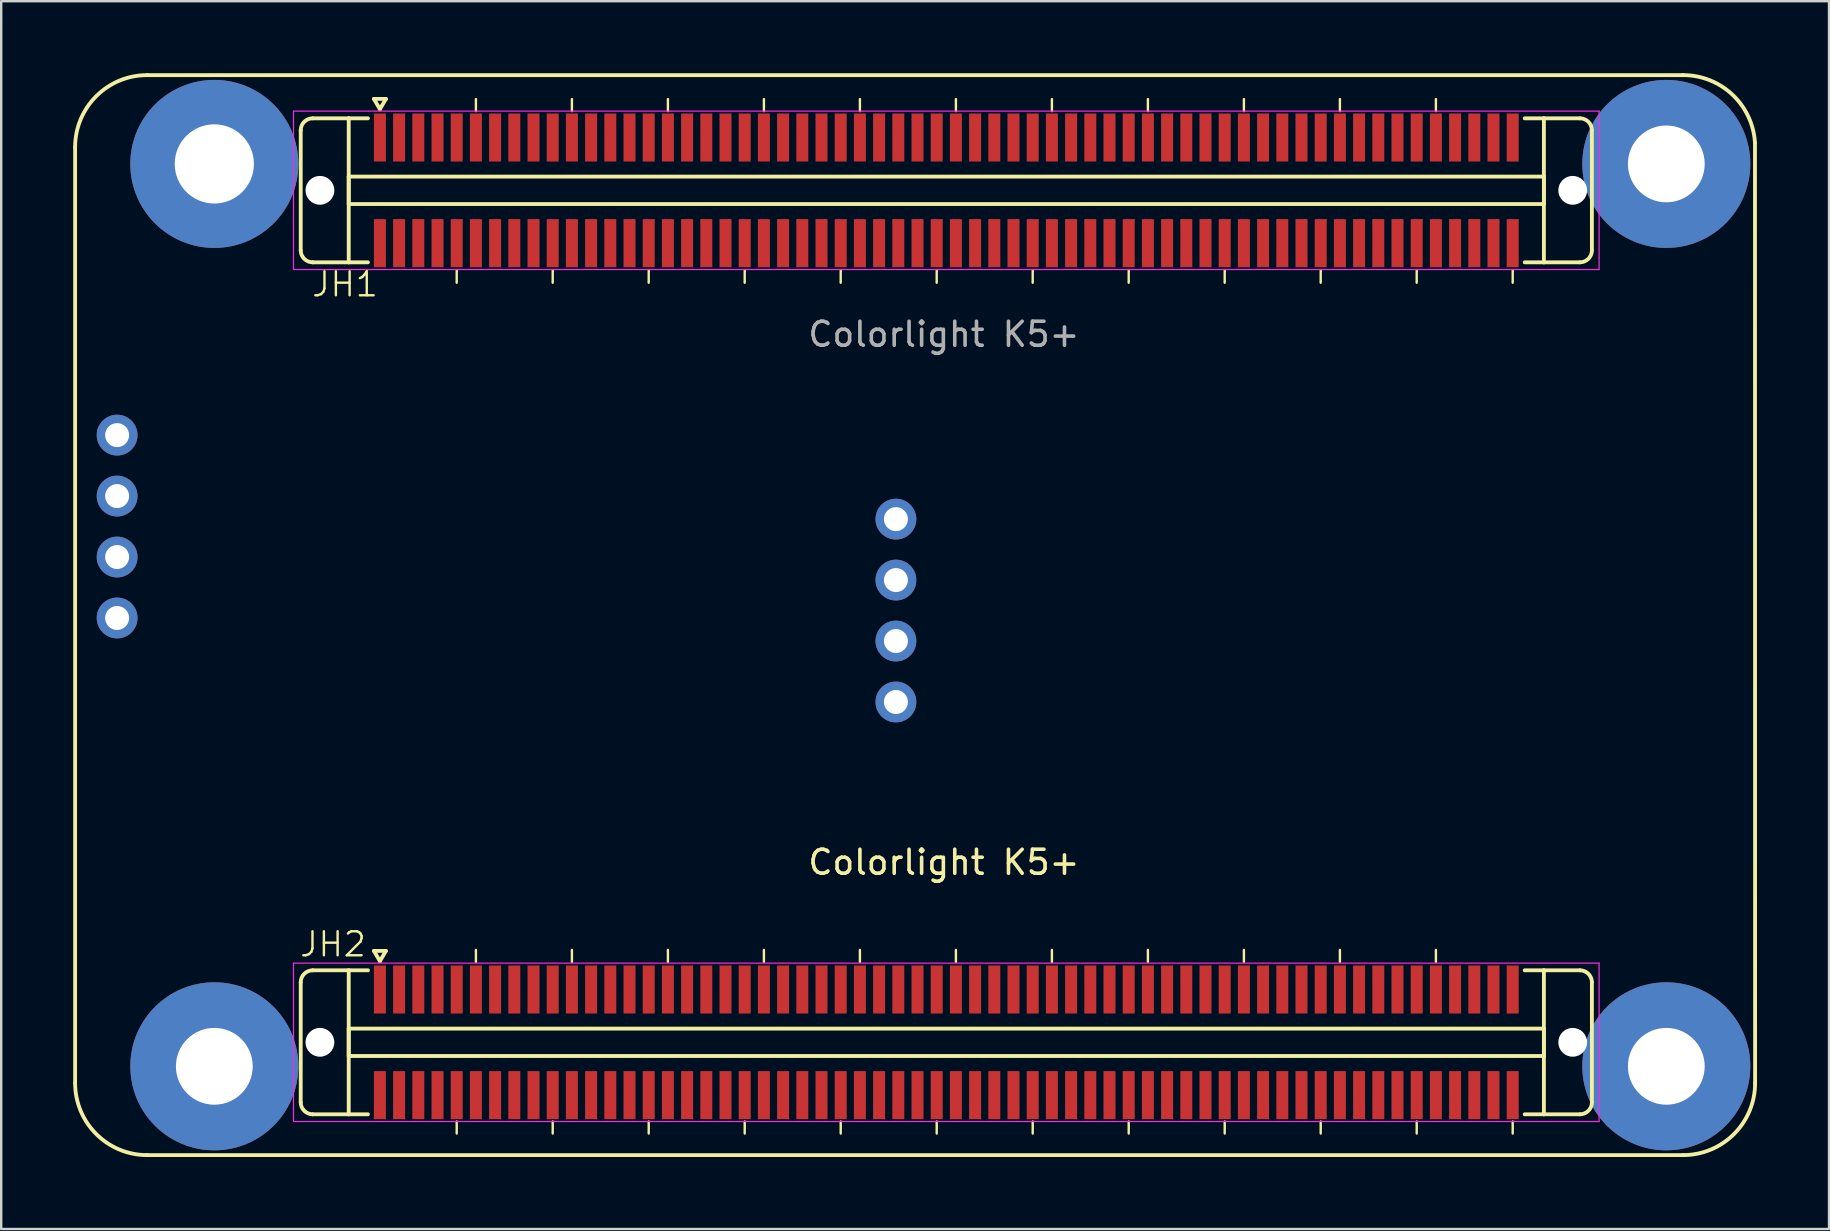
<source format=kicad_pcb>
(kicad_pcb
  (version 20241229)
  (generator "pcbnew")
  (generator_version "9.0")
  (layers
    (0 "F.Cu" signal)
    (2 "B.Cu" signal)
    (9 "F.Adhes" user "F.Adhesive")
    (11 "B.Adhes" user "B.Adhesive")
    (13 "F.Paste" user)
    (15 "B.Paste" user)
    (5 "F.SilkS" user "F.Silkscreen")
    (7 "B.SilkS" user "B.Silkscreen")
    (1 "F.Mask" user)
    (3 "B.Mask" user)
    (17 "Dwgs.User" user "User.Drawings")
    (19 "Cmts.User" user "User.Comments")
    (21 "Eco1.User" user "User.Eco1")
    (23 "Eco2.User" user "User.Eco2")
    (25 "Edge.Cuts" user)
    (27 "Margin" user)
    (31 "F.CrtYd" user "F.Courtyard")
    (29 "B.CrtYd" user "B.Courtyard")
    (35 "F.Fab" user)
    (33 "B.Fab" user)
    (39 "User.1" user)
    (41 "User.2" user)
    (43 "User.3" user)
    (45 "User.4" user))
  (footprint "Colorlight K5+"
    (layer "F.Cu")
    (at 36.38 40.38)
    (property "Reference" "Colorlight K5+" (at -0.1 -7.5 0) (layer "F.SilkS") (effects (font (size 1 1) (thickness 0.15))))
    (attr through_hole)
    (fp_line (start -36.3 -37.3) (end -36.3 1.7) (stroke (width 0.16) (type solid)) (layer "F.SilkS"))
    (fp_line (start -33.3 4.7) (end 30.7 4.7) (stroke (width 0.16) (type solid)) (layer "F.SilkS"))
    (fp_line (start -26.9 -38) (end -26.9 -33) (stroke (width 0.16) (type solid)) (layer "F.SilkS"))
    (fp_line (start -26.9 -2.5) (end -26.9 2.5) (stroke (width 0.16) (type solid)) (layer "F.SilkS"))
    (fp_line (start -26.4 -32.5) (end -24.9 -32.5) (stroke (width 0.16) (type solid)) (layer "F.SilkS"))
    (fp_line (start -26.4 3) (end -24.9 3) (stroke (width 0.16) (type solid)) (layer "F.SilkS"))
    (fp_line (start -24.9 -38.5) (end -26.4 -38.5) (stroke (width 0.16) (type solid)) (layer "F.SilkS"))
    (fp_line (start -24.9 -38.5) (end -24.1 -38.5) (stroke (width 0.16) (type solid)) (layer "F.SilkS"))
    (fp_line (start -24.9 -36.071) (end -24.9 -34.929) (stroke (width 0.16) (type solid)) (layer "F.SilkS"))
    (fp_line (start -24.9 -34.929) (end 24.9 -34.929) (stroke (width 0.16) (type solid)) (layer "F.SilkS"))
    (fp_line (start -24.9 -32.5) (end -24.9 -38.5) (stroke (width 0.16) (type solid)) (layer "F.SilkS"))
    (fp_line (start -24.9 -32.5) (end -24.1 -32.5) (stroke (width 0.16) (type solid)) (layer "F.SilkS"))
    (fp_line (start -24.9 -3) (end -26.4 -3) (stroke (width 0.16) (type solid)) (layer "F.SilkS"))
    (fp_line (start -24.9 -3) (end -24.1 -3) (stroke (width 0.16) (type solid)) (layer "F.SilkS"))
    (fp_line (start -24.9 -0.571) (end -24.9 0.571) (stroke (width 0.16) (type solid)) (layer "F.SilkS"))
    (fp_line (start -24.9 0.571) (end 24.9 0.571) (stroke (width 0.16) (type solid)) (layer "F.SilkS"))
    (fp_line (start -24.9 3) (end -24.9 -3) (stroke (width 0.16) (type solid)) (layer "F.SilkS"))
    (fp_line (start -24.9 3) (end -24.1 3) (stroke (width 0.16) (type solid)) (layer "F.SilkS"))
    (fp_line (start -23.85 -39.309) (end -23.35 -39.309) (stroke (width 0.16) (type solid)) (layer "F.SilkS"))
    (fp_line (start -23.85 -3.809) (end -23.35 -3.809) (stroke (width 0.16) (type solid)) (layer "F.SilkS"))
    (fp_line (start -23.6 -38.882) (end -23.85 -39.309) (stroke (width 0.16) (type solid)) (layer "F.SilkS"))
    (fp_line (start -23.6 -3.382) (end -23.85 -3.809) (stroke (width 0.16) (type solid)) (layer "F.SilkS"))
    (fp_line (start -23.35 -39.309) (end -23.6 -38.882) (stroke (width 0.16) (type solid)) (layer "F.SilkS"))
    (fp_line (start -23.35 -3.809) (end -23.6 -3.382) (stroke (width 0.16) (type solid)) (layer "F.SilkS"))
    (fp_line (start -20.4 -31.65) (end -20.4 -32.15) (stroke (width 0.1) (type default)) (layer "F.SilkS"))
    (fp_line (start -20.4 3.8) (end -20.4 3.3) (stroke (width 0.1) (type default)) (layer "F.SilkS"))
    (fp_line (start -19.6 -38.8) (end -19.6 -39.3) (stroke (width 0.1) (type default)) (layer "F.SilkS"))
    (fp_line (start -19.6 -3.35) (end -19.6 -3.85) (stroke (width 0.1) (type default)) (layer "F.SilkS"))
    (fp_line (start -16.4 -31.65) (end -16.4 -32.15) (stroke (width 0.1) (type default)) (layer "F.SilkS"))
    (fp_line (start -16.4 3.8) (end -16.4 3.3) (stroke (width 0.1) (type default)) (layer "F.SilkS"))
    (fp_line (start -15.6 -38.8) (end -15.6 -39.3) (stroke (width 0.1) (type default)) (layer "F.SilkS"))
    (fp_line (start -15.6 -3.35) (end -15.6 -3.85) (stroke (width 0.1) (type default)) (layer "F.SilkS"))
    (fp_line (start -12.4 -31.65) (end -12.4 -32.15) (stroke (width 0.1) (type default)) (layer "F.SilkS"))
    (fp_line (start -12.4 3.8) (end -12.4 3.3) (stroke (width 0.1) (type default)) (layer "F.SilkS"))
    (fp_line (start -11.6 -38.8) (end -11.6 -39.3) (stroke (width 0.1) (type default)) (layer "F.SilkS"))
    (fp_line (start -11.6 -3.35) (end -11.6 -3.85) (stroke (width 0.1) (type default)) (layer "F.SilkS"))
    (fp_line (start -8.4 -31.65) (end -8.4 -32.15) (stroke (width 0.1) (type default)) (layer "F.SilkS"))
    (fp_line (start -8.4 3.8) (end -8.4 3.3) (stroke (width 0.1) (type default)) (layer "F.SilkS"))
    (fp_line (start -7.6 -38.8) (end -7.6 -39.3) (stroke (width 0.1) (type default)) (layer "F.SilkS"))
    (fp_line (start -7.6 -3.35) (end -7.6 -3.85) (stroke (width 0.1) (type default)) (layer "F.SilkS"))
    (fp_line (start -4.4 -31.65) (end -4.4 -32.15) (stroke (width 0.1) (type default)) (layer "F.SilkS"))
    (fp_line (start -4.4 3.8) (end -4.4 3.3) (stroke (width 0.1) (type default)) (layer "F.SilkS"))
    (fp_line (start -3.6 -38.8) (end -3.6 -39.3) (stroke (width 0.1) (type default)) (layer "F.SilkS"))
    (fp_line (start -3.6 -3.35) (end -3.6 -3.85) (stroke (width 0.1) (type default)) (layer "F.SilkS"))
    (fp_line (start -0.4 -31.65) (end -0.4 -32.15) (stroke (width 0.1) (type default)) (layer "F.SilkS"))
    (fp_line (start -0.4 3.8) (end -0.4 3.3) (stroke (width 0.1) (type default)) (layer "F.SilkS"))
    (fp_line (start 0.4 -38.8) (end 0.4 -39.3) (stroke (width 0.1) (type default)) (layer "F.SilkS"))
    (fp_line (start 0.4 -3.35) (end 0.4 -3.85) (stroke (width 0.1) (type default)) (layer "F.SilkS"))
    (fp_line (start 3.6 -31.65) (end 3.6 -32.15) (stroke (width 0.1) (type default)) (layer "F.SilkS"))
    (fp_line (start 3.6 3.8) (end 3.6 3.3) (stroke (width 0.1) (type default)) (layer "F.SilkS"))
    (fp_line (start 4.4 -38.8) (end 4.4 -39.3) (stroke (width 0.1) (type default)) (layer "F.SilkS"))
    (fp_line (start 4.4 -3.35) (end 4.4 -3.85) (stroke (width 0.1) (type default)) (layer "F.SilkS"))
    (fp_line (start 7.6 -31.65) (end 7.6 -32.15) (stroke (width 0.1) (type default)) (layer "F.SilkS"))
    (fp_line (start 7.6 3.8) (end 7.6 3.3) (stroke (width 0.1) (type default)) (layer "F.SilkS"))
    (fp_line (start 8.4 -38.8) (end 8.4 -39.3) (stroke (width 0.1) (type default)) (layer "F.SilkS"))
    (fp_line (start 8.4 -3.35) (end 8.4 -3.85) (stroke (width 0.1) (type default)) (layer "F.SilkS"))
    (fp_line (start 11.6 -31.65) (end 11.6 -32.15) (stroke (width 0.1) (type default)) (layer "F.SilkS"))
    (fp_line (start 11.6 3.8) (end 11.6 3.3) (stroke (width 0.1) (type default)) (layer "F.SilkS"))
    (fp_line (start 12.4 -38.8) (end 12.4 -39.3) (stroke (width 0.1) (type default)) (layer "F.SilkS"))
    (fp_line (start 12.4 -3.35) (end 12.4 -3.85) (stroke (width 0.1) (type default)) (layer "F.SilkS"))
    (fp_line (start 15.6 -31.65) (end 15.6 -32.15) (stroke (width 0.1) (type default)) (layer "F.SilkS"))
    (fp_line (start 15.6 3.8) (end 15.6 3.3) (stroke (width 0.1) (type default)) (layer "F.SilkS"))
    (fp_line (start 16.4 -38.8) (end 16.4 -39.3) (stroke (width 0.1) (type default)) (layer "F.SilkS"))
    (fp_line (start 16.4 -3.35) (end 16.4 -3.85) (stroke (width 0.1) (type default)) (layer "F.SilkS"))
    (fp_line (start 19.6 -31.65) (end 19.6 -32.15) (stroke (width 0.1) (type default)) (layer "F.SilkS"))
    (fp_line (start 19.6 3.8) (end 19.6 3.3) (stroke (width 0.1) (type default)) (layer "F.SilkS"))
    (fp_line (start 20.4 -38.8) (end 20.4 -39.3) (stroke (width 0.1) (type default)) (layer "F.SilkS"))
    (fp_line (start 20.4 -3.35) (end 20.4 -3.85) (stroke (width 0.1) (type default)) (layer "F.SilkS"))
    (fp_line (start 23.6 -31.65) (end 23.6 -32.15) (stroke (width 0.1) (type default)) (layer "F.SilkS"))
    (fp_line (start 23.6 3.8) (end 23.6 3.3) (stroke (width 0.1) (type default)) (layer "F.SilkS"))
    (fp_line (start 24.9 -38.5) (end 24.1 -38.5) (stroke (width 0.16) (type solid)) (layer "F.SilkS"))
    (fp_line (start 24.9 -38.5) (end 24.9 -32.5) (stroke (width 0.16) (type solid)) (layer "F.SilkS"))
    (fp_line (start 24.9 -36.071) (end -24.9 -36.071) (stroke (width 0.16) (type solid)) (layer "F.SilkS"))
    (fp_line (start 24.9 -34.929) (end 24.9 -36.071) (stroke (width 0.16) (type solid)) (layer "F.SilkS"))
    (fp_line (start 24.9 -32.5) (end 24.1 -32.5) (stroke (width 0.16) (type solid)) (layer "F.SilkS"))
    (fp_line (start 24.9 -32.5) (end 26.4 -32.5) (stroke (width 0.16) (type solid)) (layer "F.SilkS"))
    (fp_line (start 24.9 -3) (end 24.1 -3) (stroke (width 0.16) (type solid)) (layer "F.SilkS"))
    (fp_line (start 24.9 -3) (end 24.9 3) (stroke (width 0.16) (type solid)) (layer "F.SilkS"))
    (fp_line (start 24.9 -0.571) (end -24.9 -0.571) (stroke (width 0.16) (type solid)) (layer "F.SilkS"))
    (fp_line (start 24.9 0.571) (end 24.9 -0.571) (stroke (width 0.16) (type solid)) (layer "F.SilkS"))
    (fp_line (start 24.9 3) (end 24.1 3) (stroke (width 0.16) (type solid)) (layer "F.SilkS"))
    (fp_line (start 24.9 3) (end 26.4 3) (stroke (width 0.16) (type solid)) (layer "F.SilkS"))
    (fp_line (start 26.4 -38.5) (end 24.9 -38.5) (stroke (width 0.16) (type solid)) (layer "F.SilkS"))
    (fp_line (start 26.4 -3) (end 24.9 -3) (stroke (width 0.16) (type solid)) (layer "F.SilkS"))
    (fp_line (start 26.9 -33) (end 26.9 -38) (stroke (width 0.16) (type solid)) (layer "F.SilkS"))
    (fp_line (start 26.9 2.5) (end 26.9 -2.5) (stroke (width 0.16) (type solid)) (layer "F.SilkS"))
    (fp_line (start 30.7 -40.3) (end -33.3 -40.3) (stroke (width 0.16) (type solid)) (layer "F.SilkS"))
    (fp_line (start 33.7 1.7) (end 33.695 -37.481) (stroke (width 0.16) (type solid)) (layer "F.SilkS"))
    (fp_arc (start -36.3 -37.299999) (mid -35.42132 -39.42132) (end -33.299999 -40.3) (stroke (width 0.16) (type solid)) (layer "F.SilkS"))
    (fp_arc (start -33.3 4.7) (mid -35.42132 3.821321) (end -36.3 1.700001) (stroke (width 0.16) (type solid)) (layer "F.SilkS"))
    (fp_arc (start -26.9 -38) (mid -26.753553 -38.353553) (end -26.4 -38.5) (stroke (width 0.16) (type solid)) (layer "F.SilkS"))
    (fp_arc (start -26.9 -2.5) (mid -26.753553 -2.853553) (end -26.4 -3) (stroke (width 0.16) (type solid)) (layer "F.SilkS"))
    (fp_arc (start -26.4 -32.5) (mid -26.753553 -32.646447) (end -26.9 -33) (stroke (width 0.16) (type solid)) (layer "F.SilkS"))
    (fp_arc (start -26.4 3) (mid -26.753553 2.853553) (end -26.9 2.5) (stroke (width 0.16) (type solid)) (layer "F.SilkS"))
    (fp_arc (start 26.4 -38.5) (mid 26.753553 -38.353553) (end 26.9 -38) (stroke (width 0.16) (type solid)) (layer "F.SilkS"))
    (fp_arc (start 26.4 -3) (mid 26.753553 -2.853553) (end 26.9 -2.5) (stroke (width 0.16) (type solid)) (layer "F.SilkS"))
    (fp_arc (start 26.9 -33) (mid 26.753553 -32.646447) (end 26.4 -32.5) (stroke (width 0.16) (type solid)) (layer "F.SilkS"))
    (fp_arc (start 26.9 2.5) (mid 26.753553 2.853553) (end 26.4 3) (stroke (width 0.16) (type solid)) (layer "F.SilkS"))
    (fp_arc (start 30.7 -40.3) (mid 32.75643 -39.484284) (end 33.694551 -37.480731) (stroke (width 0.16) (type solid)) (layer "F.SilkS"))
    (fp_arc (start 33.7 1.700001) (mid 32.82132 3.821321) (end 30.7 4.7) (stroke (width 0.16) (type solid)) (layer "F.SilkS"))
    (fp_line (start -27.2 -38.8) (end -27.2 -32.2) (stroke (width 0.05) (type solid)) (layer "F.CrtYd"))
    (fp_line (start -27.2 -32.2) (end 27.2 -32.2) (stroke (width 0.05) (type solid)) (layer "F.CrtYd"))
    (fp_line (start -27.2 -3.3) (end -27.2 3.3) (stroke (width 0.05) (type solid)) (layer "F.CrtYd"))
    (fp_line (start -27.2 3.3) (end 27.2 3.3) (stroke (width 0.05) (type solid)) (layer "F.CrtYd"))
    (fp_line (start 27.2 -38.8) (end -27.2 -38.8) (stroke (width 0.05) (type solid)) (layer "F.CrtYd"))
    (fp_line (start 27.2 -32.2) (end 27.2 -38.8) (stroke (width 0.05) (type solid)) (layer "F.CrtYd"))
    (fp_line (start 27.2 -3.3) (end -27.2 -3.3) (stroke (width 0.05) (type solid)) (layer "F.CrtYd"))
    (fp_line (start 27.2 3.3) (end 27.2 -3.3) (stroke (width 0.05) (type solid)) (layer "F.CrtYd"))
    (fp_text user "JH2" (at -27 -3.5 0) (unlocked yes) (layer "F.SilkS") (effects (font (size 1 1) (thickness 0.1)) (justify left bottom)))
    (fp_text user "JH1" (at -26.5 -31 0) (unlocked yes) (layer "F.SilkS") (effects (font (size 1 1) (thickness 0.1)) (justify left bottom)))
    (fp_text user "${REFERENCE}" (at -0.1 -29.5 0) (layer "F.Fab") (effects (font (size 1 1) (thickness 0.15))))
    (pad "" thru_hole circle (at -30.5 -36.6) (size 7 7) (drill 3.3) (layers "*.Cu" "*.Mask"))
    (pad "" thru_hole circle (at -30.5 1) (size 7 7) (drill 3.2) (layers "*.Cu" "*.Mask"))
    (pad "" np_thru_hole circle (at -26.1 -35.5) (size 1.2 1.2) (drill 1.2) (layers "*.Cu" "*.Mask"))
    (pad "" np_thru_hole circle (at -26.1 0) (size 1.2 1.2) (drill 1.2) (layers "*.Cu" "*.Mask"))
    (pad "" np_thru_hole circle (at 26.1 -35.5) (size 1.2 1.2) (drill 1.2) (layers "*.Cu" "*.Mask"))
    (pad "" np_thru_hole circle (at 26.1 0) (size 1.2 1.2) (drill 1.2) (layers "*.Cu" "*.Mask"))
    (pad "" thru_hole circle (at 30 -36.6) (size 7 7) (drill 3.2) (layers "*.Cu" "*.Mask"))
    (pad "" thru_hole circle (at 30 1) (size 7 7) (drill 3.2) (layers "*.Cu" "*.Mask"))
    (pad "#" thru_hole circle (at -34.55 -25.3) (size 1.7 1.7) (drill 1) (layers "*.Cu" "*.Mask"))
    (pad "#" thru_hole circle (at -34.55 -22.76) (size 1.7 1.7) (drill 1) (layers "*.Cu" "*.Mask"))
    (pad "#" thru_hole circle (at -34.55 -20.22) (size 1.7 1.7) (drill 1) (layers "*.Cu" "*.Mask"))
    (pad "#" thru_hole circle (at -34.55 -17.68) (size 1.7 1.7) (drill 1) (layers "*.Cu" "*.Mask"))
    (pad "A1" smd rect (at -23.6 -37.7) (size 0.5 2) (layers "F.Cu" "F.Mask" "F.Paste"))
    (pad "A2" smd rect (at -23.6 -33.3) (size 0.5 2) (layers "F.Cu" "F.Mask" "F.Paste"))
    (pad "A3" smd rect (at -22.8 -37.7) (size 0.5 2) (layers "F.Cu" "F.Mask" "F.Paste"))
    (pad "A4" smd rect (at -22.8 -33.3) (size 0.5 2) (layers "F.Cu" "F.Mask" "F.Paste"))
    (pad "A5" smd rect (at -22 -37.7) (size 0.5 2) (layers "F.Cu" "F.Mask" "F.Paste"))
    (pad "A6" smd rect (at -22 -33.3) (size 0.5 2) (layers "F.Cu" "F.Mask" "F.Paste"))
    (pad "A7" smd rect (at -21.2 -37.7) (size 0.5 2) (layers "F.Cu" "F.Mask" "F.Paste"))
    (pad "A8" smd rect (at -21.2 -33.3) (size 0.5 2) (layers "F.Cu" "F.Mask" "F.Paste"))
    (pad "A9" smd rect (at -20.4 -37.7) (size 0.5 2) (layers "F.Cu" "F.Mask" "F.Paste"))
    (pad "A10" smd rect (at -20.4 -33.3) (size 0.5 2) (layers "F.Cu" "F.Mask" "F.Paste"))
    (pad "A11" smd rect (at -19.6 -37.7) (size 0.5 2) (layers "F.Cu" "F.Mask" "F.Paste"))
    (pad "A12" smd rect (at -19.6 -33.3) (size 0.5 2) (layers "F.Cu" "F.Mask" "F.Paste"))
    (pad "A13" smd rect (at -18.8 -37.7) (size 0.5 2) (layers "F.Cu" "F.Mask" "F.Paste"))
    (pad "A14" smd rect (at -18.8 -33.3) (size 0.5 2) (layers "F.Cu" "F.Mask" "F.Paste"))
    (pad "A15" smd rect (at -18 -37.7) (size 0.5 2) (layers "F.Cu" "F.Mask" "F.Paste"))
    (pad "A16" smd rect (at -18 -33.3) (size 0.5 2) (layers "F.Cu" "F.Mask" "F.Paste"))
    (pad "A17" smd rect (at -17.2 -37.7) (size 0.5 2) (layers "F.Cu" "F.Mask" "F.Paste"))
    (pad "A18" smd rect (at -17.2 -33.3) (size 0.5 2) (layers "F.Cu" "F.Mask" "F.Paste"))
    (pad "A19" smd rect (at -16.4 -37.7) (size 0.5 2) (layers "F.Cu" "F.Mask" "F.Paste"))
    (pad "A20" smd rect (at -16.4 -33.3) (size 0.5 2) (layers "F.Cu" "F.Mask" "F.Paste"))
    (pad "A21" smd rect (at -15.6 -37.7) (size 0.5 2) (layers "F.Cu" "F.Mask" "F.Paste"))
    (pad "A22" smd rect (at -15.6 -33.3) (size 0.5 2) (layers "F.Cu" "F.Mask" "F.Paste"))
    (pad "A23" smd rect (at -14.8 -37.7) (size 0.5 2) (layers "F.Cu" "F.Mask" "F.Paste"))
    (pad "A24" smd rect (at -14.8 -33.3) (size 0.5 2) (layers "F.Cu" "F.Mask" "F.Paste"))
    (pad "A25" smd rect (at -14 -37.7) (size 0.5 2) (layers "F.Cu" "F.Mask" "F.Paste"))
    (pad "A26" smd rect (at -14 -33.3) (size 0.5 2) (layers "F.Cu" "F.Mask" "F.Paste"))
    (pad "A27" smd rect (at -13.2 -37.7) (size 0.5 2) (layers "F.Cu" "F.Mask" "F.Paste"))
    (pad "A28" smd rect (at -13.2 -33.3) (size 0.5 2) (layers "F.Cu" "F.Mask" "F.Paste"))
    (pad "A29" smd rect (at -12.4 -37.7) (size 0.5 2) (layers "F.Cu" "F.Mask" "F.Paste"))
    (pad "A30" smd rect (at -12.4 -33.3) (size 0.5 2) (layers "F.Cu" "F.Mask" "F.Paste"))
    (pad "A31" smd rect (at -11.6 -37.7) (size 0.5 2) (layers "F.Cu" "F.Mask" "F.Paste"))
    (pad "A32" smd rect (at -11.6 -33.3) (size 0.5 2) (layers "F.Cu" "F.Mask" "F.Paste"))
    (pad "A33" smd rect (at -10.8 -37.7) (size 0.5 2) (layers "F.Cu" "F.Mask" "F.Paste"))
    (pad "A34" smd rect (at -10.8 -33.3) (size 0.5 2) (layers "F.Cu" "F.Mask" "F.Paste"))
    (pad "A35" smd rect (at -10 -37.7) (size 0.5 2) (layers "F.Cu" "F.Mask" "F.Paste"))
    (pad "A36" smd rect (at -10 -33.3) (size 0.5 2) (layers "F.Cu" "F.Mask" "F.Paste"))
    (pad "A37" smd rect (at -9.2 -37.7) (size 0.5 2) (layers "F.Cu" "F.Mask" "F.Paste"))
    (pad "A38" smd rect (at -9.2 -33.3) (size 0.5 2) (layers "F.Cu" "F.Mask" "F.Paste"))
    (pad "A39" smd rect (at -8.4 -37.7) (size 0.5 2) (layers "F.Cu" "F.Mask" "F.Paste"))
    (pad "A40" smd rect (at -8.4 -33.3) (size 0.5 2) (layers "F.Cu" "F.Mask" "F.Paste"))
    (pad "A41" smd rect (at -7.6 -37.7) (size 0.5 2) (layers "F.Cu" "F.Mask" "F.Paste"))
    (pad "A42" smd rect (at -7.6 -33.3) (size 0.5 2) (layers "F.Cu" "F.Mask" "F.Paste"))
    (pad "A43" smd rect (at -6.8 -37.7) (size 0.5 2) (layers "F.Cu" "F.Mask" "F.Paste"))
    (pad "A44" smd rect (at -6.8 -33.3) (size 0.5 2) (layers "F.Cu" "F.Mask" "F.Paste"))
    (pad "A45" smd rect (at -6 -37.7) (size 0.5 2) (layers "F.Cu" "F.Mask" "F.Paste"))
    (pad "A46" smd rect (at -6 -33.3) (size 0.5 2) (layers "F.Cu" "F.Mask" "F.Paste"))
    (pad "A47" smd rect (at -5.2 -37.7) (size 0.5 2) (layers "F.Cu" "F.Mask" "F.Paste"))
    (pad "A48" smd rect (at -5.2 -33.3) (size 0.5 2) (layers "F.Cu" "F.Mask" "F.Paste"))
    (pad "A49" smd rect (at -4.4 -37.7) (size 0.5 2) (layers "F.Cu" "F.Mask" "F.Paste"))
    (pad "A50" smd rect (at -4.4 -33.3) (size 0.5 2) (layers "F.Cu" "F.Mask" "F.Paste"))
    (pad "A51" smd rect (at -3.6 -37.7) (size 0.5 2) (layers "F.Cu" "F.Mask" "F.Paste"))
    (pad "A52" smd rect (at -3.6 -33.3) (size 0.5 2) (layers "F.Cu" "F.Mask" "F.Paste"))
    (pad "A53" smd rect (at -2.8 -37.7) (size 0.5 2) (layers "F.Cu" "F.Mask" "F.Paste"))
    (pad "A54" smd rect (at -2.8 -33.3) (size 0.5 2) (layers "F.Cu" "F.Mask" "F.Paste"))
    (pad "A55" smd rect (at -2 -37.7) (size 0.5 2) (layers "F.Cu" "F.Mask" "F.Paste"))
    (pad "A56" smd rect (at -2 -33.3) (size 0.5 2) (layers "F.Cu" "F.Mask" "F.Paste"))
    (pad "A57" smd rect (at -1.2 -37.7) (size 0.5 2) (layers "F.Cu" "F.Mask" "F.Paste"))
    (pad "A58" smd rect (at -1.2 -33.3) (size 0.5 2) (layers "F.Cu" "F.Mask" "F.Paste"))
    (pad "A59" smd rect (at -0.4 -37.7) (size 0.5 2) (layers "F.Cu" "F.Mask" "F.Paste"))
    (pad "A60" smd rect (at -0.4 -33.3) (size 0.5 2) (layers "F.Cu" "F.Mask" "F.Paste"))
    (pad "A61" smd rect (at 0.4 -37.7) (size 0.5 2) (layers "F.Cu" "F.Mask" "F.Paste"))
    (pad "A62" smd rect (at 0.4 -33.3) (size 0.5 2) (layers "F.Cu" "F.Mask" "F.Paste"))
    (pad "A63" smd rect (at 1.2 -37.7) (size 0.5 2) (layers "F.Cu" "F.Mask" "F.Paste"))
    (pad "A64" smd rect (at 1.2 -33.3) (size 0.5 2) (layers "F.Cu" "F.Mask" "F.Paste"))
    (pad "A65" smd rect (at 2 -37.7) (size 0.5 2) (layers "F.Cu" "F.Mask" "F.Paste"))
    (pad "A66" smd rect (at 2 -33.3) (size 0.5 2) (layers "F.Cu" "F.Mask" "F.Paste"))
    (pad "A67" smd rect (at 2.8 -37.7) (size 0.5 2) (layers "F.Cu" "F.Mask" "F.Paste"))
    (pad "A68" smd rect (at 2.8 -33.3) (size 0.5 2) (layers "F.Cu" "F.Mask" "F.Paste"))
    (pad "A69" smd rect (at 3.6 -37.7) (size 0.5 2) (layers "F.Cu" "F.Mask" "F.Paste"))
    (pad "A70" smd rect (at 3.6 -33.3) (size 0.5 2) (layers "F.Cu" "F.Mask" "F.Paste"))
    (pad "A71" smd rect (at 4.4 -37.7) (size 0.5 2) (layers "F.Cu" "F.Mask" "F.Paste"))
    (pad "A72" smd rect (at 4.4 -33.3) (size 0.5 2) (layers "F.Cu" "F.Mask" "F.Paste"))
    (pad "A73" smd rect (at 5.2 -37.7) (size 0.5 2) (layers "F.Cu" "F.Mask" "F.Paste"))
    (pad "A74" smd rect (at 5.2 -33.3) (size 0.5 2) (layers "F.Cu" "F.Mask" "F.Paste"))
    (pad "A75" smd rect (at 6 -37.7) (size 0.5 2) (layers "F.Cu" "F.Mask" "F.Paste"))
    (pad "A76" smd rect (at 6 -33.3) (size 0.5 2) (layers "F.Cu" "F.Mask" "F.Paste"))
    (pad "A77" smd rect (at 6.8 -37.7) (size 0.5 2) (layers "F.Cu" "F.Mask" "F.Paste"))
    (pad "A78" smd rect (at 6.8 -33.3) (size 0.5 2) (layers "F.Cu" "F.Mask" "F.Paste"))
    (pad "A79" smd rect (at 7.6 -37.7) (size 0.5 2) (layers "F.Cu" "F.Mask" "F.Paste"))
    (pad "A80" smd rect (at 7.6 -33.3) (size 0.5 2) (layers "F.Cu" "F.Mask" "F.Paste"))
    (pad "A81" smd rect (at 8.4 -37.7) (size 0.5 2) (layers "F.Cu" "F.Mask" "F.Paste"))
    (pad "A82" smd rect (at 8.4 -33.3) (size 0.5 2) (layers "F.Cu" "F.Mask" "F.Paste"))
    (pad "A83" smd rect (at 9.2 -37.7) (size 0.5 2) (layers "F.Cu" "F.Mask" "F.Paste"))
    (pad "A84" smd rect (at 9.2 -33.3) (size 0.5 2) (layers "F.Cu" "F.Mask" "F.Paste"))
    (pad "A85" smd rect (at 10 -37.7) (size 0.5 2) (layers "F.Cu" "F.Mask" "F.Paste"))
    (pad "A86" smd rect (at 10 -33.3) (size 0.5 2) (layers "F.Cu" "F.Mask" "F.Paste"))
    (pad "A87" smd rect (at 10.8 -37.7) (size 0.5 2) (layers "F.Cu" "F.Mask" "F.Paste"))
    (pad "A88" smd rect (at 10.8 -33.3) (size 0.5 2) (layers "F.Cu" "F.Mask" "F.Paste"))
    (pad "A89" smd rect (at 11.6 -37.7) (size 0.5 2) (layers "F.Cu" "F.Mask" "F.Paste"))
    (pad "A90" smd rect (at 11.6 -33.3) (size 0.5 2) (layers "F.Cu" "F.Mask" "F.Paste"))
    (pad "A91" smd rect (at 12.4 -37.7) (size 0.5 2) (layers "F.Cu" "F.Mask" "F.Paste"))
    (pad "A92" smd rect (at 12.4 -33.3) (size 0.5 2) (layers "F.Cu" "F.Mask" "F.Paste"))
    (pad "A93" smd rect (at 13.2 -37.7) (size 0.5 2) (layers "F.Cu" "F.Mask" "F.Paste"))
    (pad "A94" smd rect (at 13.2 -33.3) (size 0.5 2) (layers "F.Cu" "F.Mask" "F.Paste"))
    (pad "A95" smd rect (at 14 -37.7) (size 0.5 2) (layers "F.Cu" "F.Mask" "F.Paste"))
    (pad "A96" smd rect (at 14 -33.3) (size 0.5 2) (layers "F.Cu" "F.Mask" "F.Paste"))
    (pad "A97" smd rect (at 14.8 -37.7) (size 0.5 2) (layers "F.Cu" "F.Mask" "F.Paste"))
    (pad "A98" smd rect (at 14.8 -33.3) (size 0.5 2) (layers "F.Cu" "F.Mask" "F.Paste"))
    (pad "A99" smd rect (at 15.6 -37.7) (size 0.5 2) (layers "F.Cu" "F.Mask" "F.Paste"))
    (pad "A100" smd rect (at 15.6 -33.3) (size 0.5 2) (layers "F.Cu" "F.Mask" "F.Paste"))
    (pad "A101" smd rect (at 16.4 -37.7) (size 0.5 2) (layers "F.Cu" "F.Mask" "F.Paste"))
    (pad "A102" smd rect (at 16.4 -33.3) (size 0.5 2) (layers "F.Cu" "F.Mask" "F.Paste"))
    (pad "A103" smd rect (at 17.2 -37.7) (size 0.5 2) (layers "F.Cu" "F.Mask" "F.Paste"))
    (pad "A104" smd rect (at 17.2 -33.3) (size 0.5 2) (layers "F.Cu" "F.Mask" "F.Paste"))
    (pad "A105" smd rect (at 18 -37.7) (size 0.5 2) (layers "F.Cu" "F.Mask" "F.Paste"))
    (pad "A106" smd rect (at 18 -33.3) (size 0.5 2) (layers "F.Cu" "F.Mask" "F.Paste"))
    (pad "A107" smd rect (at 18.8 -37.7) (size 0.5 2) (layers "F.Cu" "F.Mask" "F.Paste"))
    (pad "A108" smd rect (at 18.8 -33.3) (size 0.5 2) (layers "F.Cu" "F.Mask" "F.Paste"))
    (pad "A109" smd rect (at 19.6 -37.7) (size 0.5 2) (layers "F.Cu" "F.Mask" "F.Paste"))
    (pad "A110" smd rect (at 19.6 -33.3) (size 0.5 2) (layers "F.Cu" "F.Mask" "F.Paste"))
    (pad "A111" smd rect (at 20.4 -37.7) (size 0.5 2) (layers "F.Cu" "F.Mask" "F.Paste"))
    (pad "A112" smd rect (at 20.4 -33.3) (size 0.5 2) (layers "F.Cu" "F.Mask" "F.Paste"))
    (pad "A113" smd rect (at 21.2 -37.7) (size 0.5 2) (layers "F.Cu" "F.Mask" "F.Paste"))
    (pad "A114" smd rect (at 21.2 -33.3) (size 0.5 2) (layers "F.Cu" "F.Mask" "F.Paste"))
    (pad "A115" smd rect (at 22 -37.7) (size 0.5 2) (layers "F.Cu" "F.Mask" "F.Paste"))
    (pad "A116" smd rect (at 22 -33.3) (size 0.5 2) (layers "F.Cu" "F.Mask" "F.Paste"))
    (pad "A117" smd rect (at 22.8 -37.7) (size 0.5 2) (layers "F.Cu" "F.Mask" "F.Paste"))
    (pad "A118" smd rect (at 22.8 -33.3) (size 0.5 2) (layers "F.Cu" "F.Mask" "F.Paste"))
    (pad "A119" smd rect (at 23.6 -37.7) (size 0.5 2) (layers "F.Cu" "F.Mask" "F.Paste"))
    (pad "A120" smd rect (at 23.6 -33.3) (size 0.5 2) (layers "F.Cu" "F.Mask" "F.Paste"))
    (pad "B1" smd rect (at -23.6 -2.2) (size 0.5 2) (layers "F.Cu" "F.Mask" "F.Paste"))
    (pad "B2" smd rect (at -23.6 2.2) (size 0.5 2) (layers "F.Cu" "F.Mask" "F.Paste"))
    (pad "B3" smd rect (at -22.8 -2.2) (size 0.5 2) (layers "F.Cu" "F.Mask" "F.Paste"))
    (pad "B4" smd rect (at -22.8 2.2) (size 0.5 2) (layers "F.Cu" "F.Mask" "F.Paste"))
    (pad "B5" smd rect (at -22 -2.2) (size 0.5 2) (layers "F.Cu" "F.Mask" "F.Paste"))
    (pad "B6" smd rect (at -22 2.2) (size 0.5 2) (layers "F.Cu" "F.Mask" "F.Paste"))
    (pad "B7" smd rect (at -21.2 -2.2) (size 0.5 2) (layers "F.Cu" "F.Mask" "F.Paste"))
    (pad "B8" smd rect (at -21.2 2.2) (size 0.5 2) (layers "F.Cu" "F.Mask" "F.Paste"))
    (pad "B9" smd rect (at -20.4 -2.2) (size 0.5 2) (layers "F.Cu" "F.Mask" "F.Paste"))
    (pad "B10" smd rect (at -20.4 2.2) (size 0.5 2) (layers "F.Cu" "F.Mask" "F.Paste"))
    (pad "B11" smd rect (at -19.6 -2.2) (size 0.5 2) (layers "F.Cu" "F.Mask" "F.Paste"))
    (pad "B12" smd rect (at -19.6 2.2) (size 0.5 2) (layers "F.Cu" "F.Mask" "F.Paste"))
    (pad "B13" smd rect (at -18.8 -2.2) (size 0.5 2) (layers "F.Cu" "F.Mask" "F.Paste"))
    (pad "B14" smd rect (at -18.8 2.2) (size 0.5 2) (layers "F.Cu" "F.Mask" "F.Paste"))
    (pad "B15" smd rect (at -18 -2.2) (size 0.5 2) (layers "F.Cu" "F.Mask" "F.Paste"))
    (pad "B16" smd rect (at -18 2.2) (size 0.5 2) (layers "F.Cu" "F.Mask" "F.Paste"))
    (pad "B17" smd rect (at -17.2 -2.2) (size 0.5 2) (layers "F.Cu" "F.Mask" "F.Paste"))
    (pad "B18" smd rect (at -17.2 2.2) (size 0.5 2) (layers "F.Cu" "F.Mask" "F.Paste"))
    (pad "B19" smd rect (at -16.4 -2.2) (size 0.5 2) (layers "F.Cu" "F.Mask" "F.Paste"))
    (pad "B20" smd rect (at -16.4 2.2) (size 0.5 2) (layers "F.Cu" "F.Mask" "F.Paste"))
    (pad "B21" smd rect (at -15.6 -2.2) (size 0.5 2) (layers "F.Cu" "F.Mask" "F.Paste"))
    (pad "B22" smd rect (at -15.6 2.2) (size 0.5 2) (layers "F.Cu" "F.Mask" "F.Paste"))
    (pad "B23" smd rect (at -14.8 -2.2) (size 0.5 2) (layers "F.Cu" "F.Mask" "F.Paste"))
    (pad "B24" smd rect (at -14.8 2.2) (size 0.5 2) (layers "F.Cu" "F.Mask" "F.Paste"))
    (pad "B25" smd rect (at -14 -2.2) (size 0.5 2) (layers "F.Cu" "F.Mask" "F.Paste"))
    (pad "B26" smd rect (at -14 2.2) (size 0.5 2) (layers "F.Cu" "F.Mask" "F.Paste"))
    (pad "B27" smd rect (at -13.2 -2.2) (size 0.5 2) (layers "F.Cu" "F.Mask" "F.Paste"))
    (pad "B28" smd rect (at -13.2 2.2) (size 0.5 2) (layers "F.Cu" "F.Mask" "F.Paste"))
    (pad "B29" smd rect (at -12.4 -2.2) (size 0.5 2) (layers "F.Cu" "F.Mask" "F.Paste"))
    (pad "B30" smd rect (at -12.4 2.2) (size 0.5 2) (layers "F.Cu" "F.Mask" "F.Paste"))
    (pad "B31" smd rect (at -11.6 -2.2) (size 0.5 2) (layers "F.Cu" "F.Mask" "F.Paste"))
    (pad "B32" smd rect (at -11.6 2.2) (size 0.5 2) (layers "F.Cu" "F.Mask" "F.Paste"))
    (pad "B33" smd rect (at -10.8 -2.2) (size 0.5 2) (layers "F.Cu" "F.Mask" "F.Paste"))
    (pad "B34" smd rect (at -10.8 2.2) (size 0.5 2) (layers "F.Cu" "F.Mask" "F.Paste"))
    (pad "B35" smd rect (at -10 -2.2) (size 0.5 2) (layers "F.Cu" "F.Mask" "F.Paste"))
    (pad "B36" smd rect (at -10 2.2) (size 0.5 2) (layers "F.Cu" "F.Mask" "F.Paste"))
    (pad "B37" smd rect (at -9.2 -2.2) (size 0.5 2) (layers "F.Cu" "F.Mask" "F.Paste"))
    (pad "B38" smd rect (at -9.2 2.2) (size 0.5 2) (layers "F.Cu" "F.Mask" "F.Paste"))
    (pad "B39" smd rect (at -8.4 -2.2) (size 0.5 2) (layers "F.Cu" "F.Mask" "F.Paste"))
    (pad "B40" smd rect (at -8.4 2.2) (size 0.5 2) (layers "F.Cu" "F.Mask" "F.Paste"))
    (pad "B41" smd rect (at -7.6 -2.2) (size 0.5 2) (layers "F.Cu" "F.Mask" "F.Paste"))
    (pad "B42" smd rect (at -7.6 2.2) (size 0.5 2) (layers "F.Cu" "F.Mask" "F.Paste"))
    (pad "B43" smd rect (at -6.8 -2.2) (size 0.5 2) (layers "F.Cu" "F.Mask" "F.Paste"))
    (pad "B44" smd rect (at -6.8 2.2) (size 0.5 2) (layers "F.Cu" "F.Mask" "F.Paste"))
    (pad "B45" smd rect (at -6 -2.2) (size 0.5 2) (layers "F.Cu" "F.Mask" "F.Paste"))
    (pad "B46" smd rect (at -6 2.2) (size 0.5 2) (layers "F.Cu" "F.Mask" "F.Paste"))
    (pad "B47" smd rect (at -5.2 -2.2) (size 0.5 2) (layers "F.Cu" "F.Mask" "F.Paste"))
    (pad "B48" smd rect (at -5.2 2.2) (size 0.5 2) (layers "F.Cu" "F.Mask" "F.Paste"))
    (pad "B49" smd rect (at -4.4 -2.2) (size 0.5 2) (layers "F.Cu" "F.Mask" "F.Paste"))
    (pad "B50" smd rect (at -4.4 2.2) (size 0.5 2) (layers "F.Cu" "F.Mask" "F.Paste"))
    (pad "B51" smd rect (at -3.6 -2.2) (size 0.5 2) (layers "F.Cu" "F.Mask" "F.Paste"))
    (pad "B52" smd rect (at -3.6 2.2) (size 0.5 2) (layers "F.Cu" "F.Mask" "F.Paste"))
    (pad "B53" smd rect (at -2.8 -2.2) (size 0.5 2) (layers "F.Cu" "F.Mask" "F.Paste"))
    (pad "B54" smd rect (at -2.8 2.2) (size 0.5 2) (layers "F.Cu" "F.Mask" "F.Paste"))
    (pad "B55" smd rect (at -2 -2.2) (size 0.5 2) (layers "F.Cu" "F.Mask" "F.Paste"))
    (pad "B56" smd rect (at -2 2.2) (size 0.5 2) (layers "F.Cu" "F.Mask" "F.Paste"))
    (pad "B57" smd rect (at -1.2 -2.2) (size 0.5 2) (layers "F.Cu" "F.Mask" "F.Paste"))
    (pad "B58" smd rect (at -1.2 2.2) (size 0.5 2) (layers "F.Cu" "F.Mask" "F.Paste"))
    (pad "B59" smd rect (at -0.4 -2.2) (size 0.5 2) (layers "F.Cu" "F.Mask" "F.Paste"))
    (pad "B60" smd rect (at -0.4 2.2) (size 0.5 2) (layers "F.Cu" "F.Mask" "F.Paste"))
    (pad "B61" smd rect (at 0.4 -2.2) (size 0.5 2) (layers "F.Cu" "F.Mask" "F.Paste"))
    (pad "B62" smd rect (at 0.4 2.2) (size 0.5 2) (layers "F.Cu" "F.Mask" "F.Paste"))
    (pad "B63" smd rect (at 1.2 -2.2) (size 0.5 2) (layers "F.Cu" "F.Mask" "F.Paste"))
    (pad "B64" smd rect (at 1.2 2.2) (size 0.5 2) (layers "F.Cu" "F.Mask" "F.Paste"))
    (pad "B65" smd rect (at 2 -2.2) (size 0.5 2) (layers "F.Cu" "F.Mask" "F.Paste"))
    (pad "B66" smd rect (at 2 2.2) (size 0.5 2) (layers "F.Cu" "F.Mask" "F.Paste"))
    (pad "B67" smd rect (at 2.8 -2.2) (size 0.5 2) (layers "F.Cu" "F.Mask" "F.Paste"))
    (pad "B68" smd rect (at 2.8 2.2) (size 0.5 2) (layers "F.Cu" "F.Mask" "F.Paste"))
    (pad "B69" smd rect (at 3.6 -2.2) (size 0.5 2) (layers "F.Cu" "F.Mask" "F.Paste"))
    (pad "B70" smd rect (at 3.6 2.2) (size 0.5 2) (layers "F.Cu" "F.Mask" "F.Paste"))
    (pad "B71" smd rect (at 4.4 -2.2) (size 0.5 2) (layers "F.Cu" "F.Mask" "F.Paste"))
    (pad "B72" smd rect (at 4.4 2.2) (size 0.5 2) (layers "F.Cu" "F.Mask" "F.Paste"))
    (pad "B73" smd rect (at 5.2 -2.2) (size 0.5 2) (layers "F.Cu" "F.Mask" "F.Paste"))
    (pad "B74" smd rect (at 5.2 2.2) (size 0.5 2) (layers "F.Cu" "F.Mask" "F.Paste"))
    (pad "B75" smd rect (at 6 -2.2) (size 0.5 2) (layers "F.Cu" "F.Mask" "F.Paste"))
    (pad "B76" smd rect (at 6 2.2) (size 0.5 2) (layers "F.Cu" "F.Mask" "F.Paste"))
    (pad "B77" smd rect (at 6.8 -2.2) (size 0.5 2) (layers "F.Cu" "F.Mask" "F.Paste"))
    (pad "B78" smd rect (at 6.8 2.2) (size 0.5 2) (layers "F.Cu" "F.Mask" "F.Paste"))
    (pad "B79" smd rect (at 7.6 -2.2) (size 0.5 2) (layers "F.Cu" "F.Mask" "F.Paste"))
    (pad "B80" smd rect (at 7.6 2.2) (size 0.5 2) (layers "F.Cu" "F.Mask" "F.Paste"))
    (pad "B81" smd rect (at 8.4 -2.2) (size 0.5 2) (layers "F.Cu" "F.Mask" "F.Paste"))
    (pad "B82" smd rect (at 8.4 2.2) (size 0.5 2) (layers "F.Cu" "F.Mask" "F.Paste"))
    (pad "B83" smd rect (at 9.2 -2.2) (size 0.5 2) (layers "F.Cu" "F.Mask" "F.Paste"))
    (pad "B84" smd rect (at 9.2 2.2) (size 0.5 2) (layers "F.Cu" "F.Mask" "F.Paste"))
    (pad "B85" smd rect (at 10 -2.2) (size 0.5 2) (layers "F.Cu" "F.Mask" "F.Paste"))
    (pad "B86" smd rect (at 10 2.2) (size 0.5 2) (layers "F.Cu" "F.Mask" "F.Paste"))
    (pad "B87" smd rect (at 10.8 -2.2) (size 0.5 2) (layers "F.Cu" "F.Mask" "F.Paste"))
    (pad "B88" smd rect (at 10.8 2.2) (size 0.5 2) (layers "F.Cu" "F.Mask" "F.Paste"))
    (pad "B89" smd rect (at 11.6 -2.2) (size 0.5 2) (layers "F.Cu" "F.Mask" "F.Paste"))
    (pad "B90" smd rect (at 11.6 2.2) (size 0.5 2) (layers "F.Cu" "F.Mask" "F.Paste"))
    (pad "B91" smd rect (at 12.4 -2.2) (size 0.5 2) (layers "F.Cu" "F.Mask" "F.Paste"))
    (pad "B92" smd rect (at 12.4 2.2) (size 0.5 2) (layers "F.Cu" "F.Mask" "F.Paste"))
    (pad "B93" smd rect (at 13.2 -2.2) (size 0.5 2) (layers "F.Cu" "F.Mask" "F.Paste"))
    (pad "B94" smd rect (at 13.2 2.2) (size 0.5 2) (layers "F.Cu" "F.Mask" "F.Paste"))
    (pad "B95" smd rect (at 14 -2.2) (size 0.5 2) (layers "F.Cu" "F.Mask" "F.Paste"))
    (pad "B96" smd rect (at 14 2.2) (size 0.5 2) (layers "F.Cu" "F.Mask" "F.Paste"))
    (pad "B97" smd rect (at 14.8 -2.2) (size 0.5 2) (layers "F.Cu" "F.Mask" "F.Paste"))
    (pad "B98" smd rect (at 14.8 2.2) (size 0.5 2) (layers "F.Cu" "F.Mask" "F.Paste"))
    (pad "B99" smd rect (at 15.6 -2.2) (size 0.5 2) (layers "F.Cu" "F.Mask" "F.Paste"))
    (pad "B100" smd rect (at 15.6 2.2) (size 0.5 2) (layers "F.Cu" "F.Mask" "F.Paste"))
    (pad "B101" smd rect (at 16.4 -2.2) (size 0.5 2) (layers "F.Cu" "F.Mask" "F.Paste"))
    (pad "B102" smd rect (at 16.4 2.2) (size 0.5 2) (layers "F.Cu" "F.Mask" "F.Paste"))
    (pad "B103" smd rect (at 17.2 -2.2) (size 0.5 2) (layers "F.Cu" "F.Mask" "F.Paste"))
    (pad "B104" smd rect (at 17.2 2.2) (size 0.5 2) (layers "F.Cu" "F.Mask" "F.Paste"))
    (pad "B105" smd rect (at 18 -2.2) (size 0.5 2) (layers "F.Cu" "F.Mask" "F.Paste"))
    (pad "B106" smd rect (at 18 2.2) (size 0.5 2) (layers "F.Cu" "F.Mask" "F.Paste"))
    (pad "B107" smd rect (at 18.8 -2.2) (size 0.5 2) (layers "F.Cu" "F.Mask" "F.Paste"))
    (pad "B108" smd rect (at 18.8 2.2) (size 0.5 2) (layers "F.Cu" "F.Mask" "F.Paste"))
    (pad "B109" smd rect (at 19.6 -2.2) (size 0.5 2) (layers "F.Cu" "F.Mask" "F.Paste"))
    (pad "B110" smd rect (at 19.6 2.2) (size 0.5 2) (layers "F.Cu" "F.Mask" "F.Paste"))
    (pad "B111" smd rect (at 20.4 -2.2) (size 0.5 2) (layers "F.Cu" "F.Mask" "F.Paste"))
    (pad "B112" smd rect (at 20.4 2.2) (size 0.5 2) (layers "F.Cu" "F.Mask" "F.Paste"))
    (pad "B113" smd rect (at 21.2 -2.2) (size 0.5 2) (layers "F.Cu" "F.Mask" "F.Paste"))
    (pad "B114" smd rect (at 21.2 2.2) (size 0.5 2) (layers "F.Cu" "F.Mask" "F.Paste"))
    (pad "B115" smd rect (at 22 -2.2) (size 0.5 2) (layers "F.Cu" "F.Mask" "F.Paste"))
    (pad "B116" smd rect (at 22 2.2) (size 0.5 2) (layers "F.Cu" "F.Mask" "F.Paste"))
    (pad "B117" smd rect (at 22.8 -2.2) (size 0.5 2) (layers "F.Cu" "F.Mask" "F.Paste"))
    (pad "B118" smd rect (at 22.8 2.2) (size 0.5 2) (layers "F.Cu" "F.Mask" "F.Paste"))
    (pad "B119" smd rect (at 23.6 -2.2) (size 0.5 2) (layers "F.Cu" "F.Mask" "F.Paste"))
    (pad "B120" smd rect (at 23.6 2.2) (size 0.5 2) (layers "F.Cu" "F.Mask" "F.Paste"))
    (pad "J0" thru_hole circle (at -2.1 -14.18) (size 1.7 1.7) (drill 1) (layers "*.Cu" "*.Mask"))
    (pad "J1" thru_hole circle (at -2.1 -16.72) (size 1.7 1.7) (drill 1) (layers "*.Cu" "*.Mask"))
    (pad "J2" thru_hole circle (at -2.1 -19.26) (size 1.7 1.7) (drill 1) (layers "*.Cu" "*.Mask"))
    (pad "J3" thru_hole circle (at -2.1 -21.8) (size 1.7 1.7) (drill 1) (layers "*.Cu" "*.Mask")))
  (gr_rect
    (start -3 -3)
    (end 73.16 48.16)
    (stroke (width 0.1) (type default))
    (fill no)
    (layer "Edge.Cuts")))
</source>
